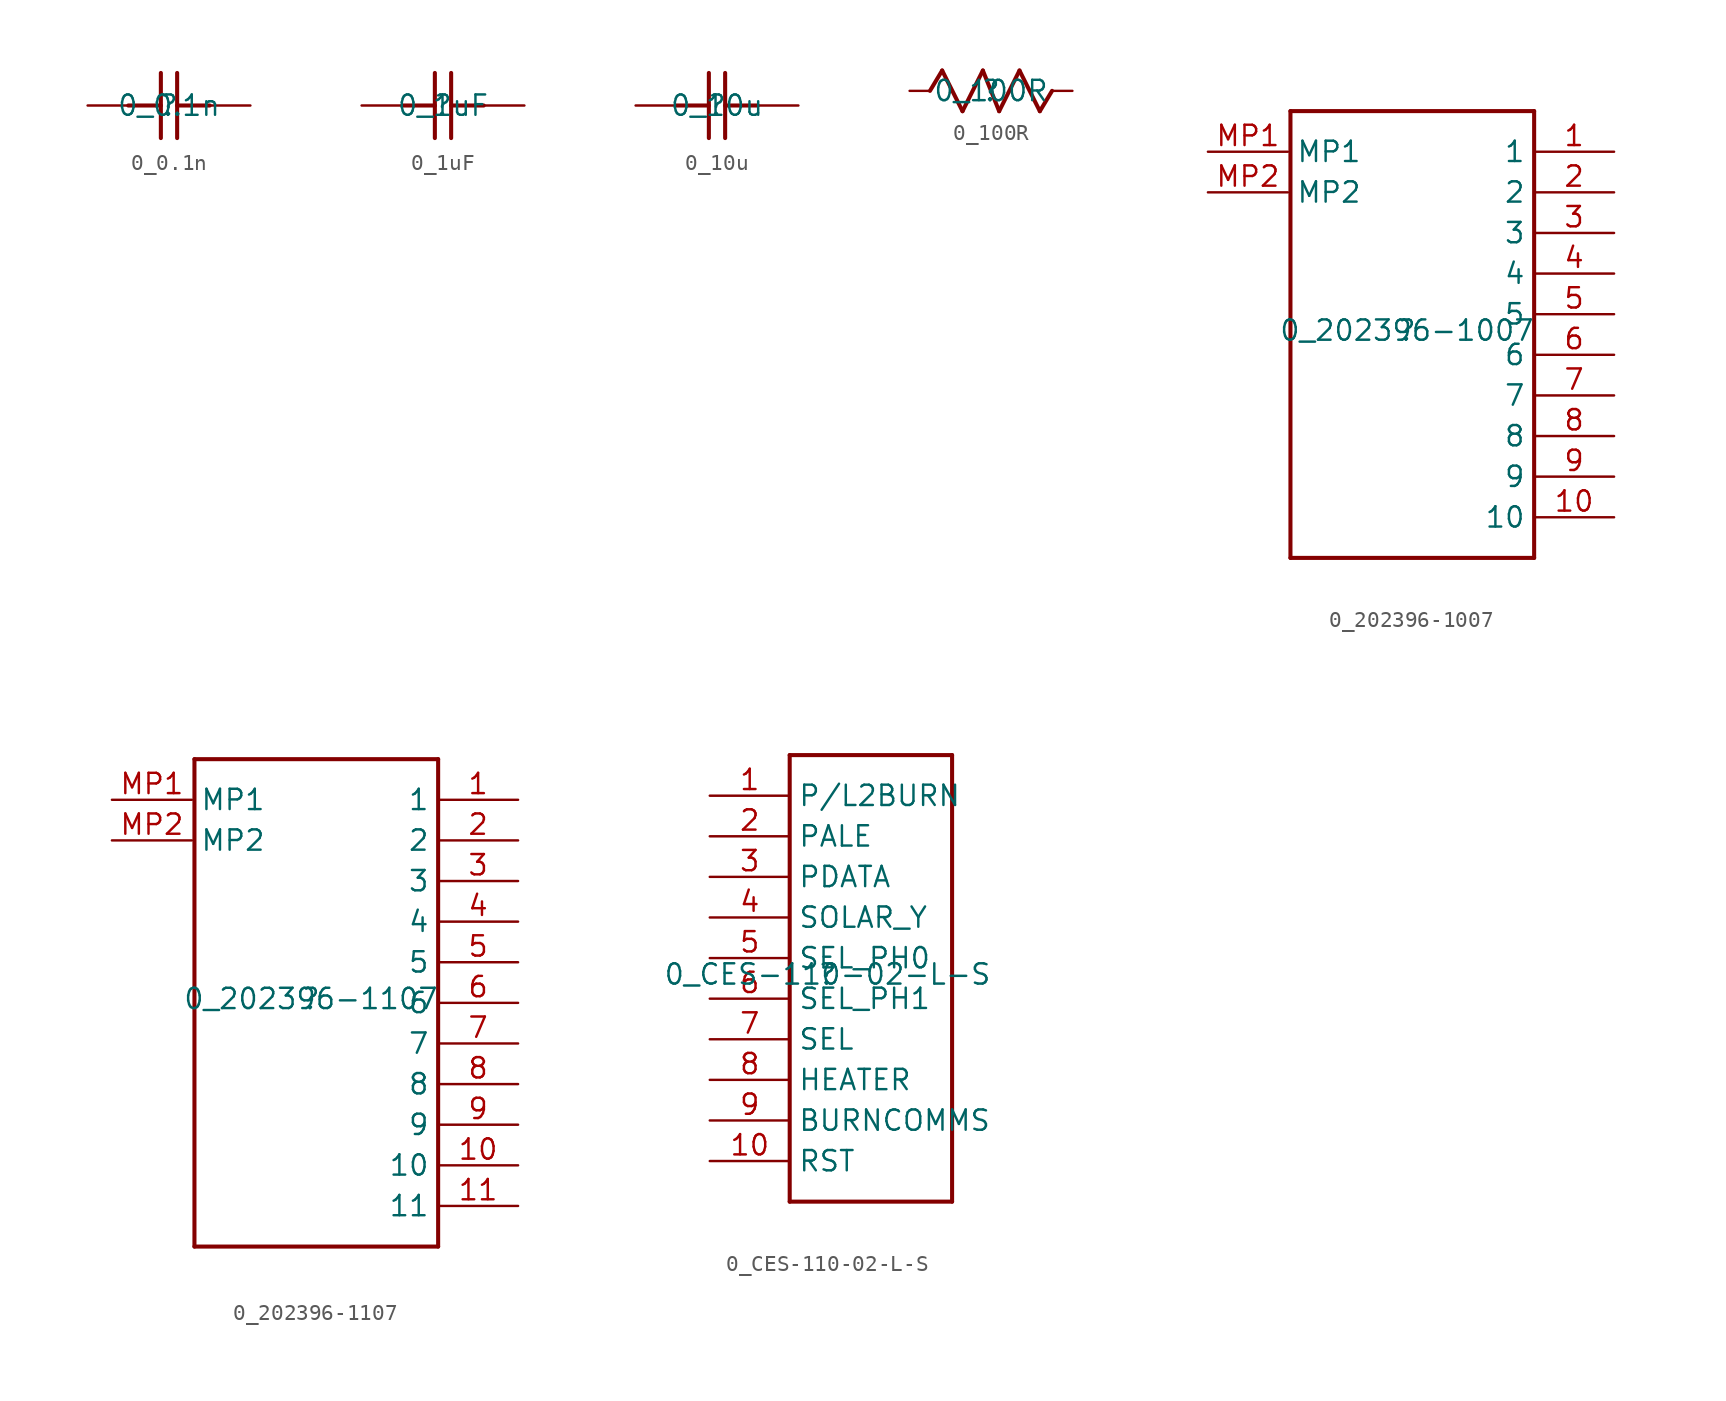
<source format=kicad_sym>
(kicad_symbol_lib
  (version 20211014)
  (generator kicad_symbol_editor)
  (symbol "0_0.1n"
    (property "Reference" ""
      (at 0 0 0)
      (effects (font (size 1.27 1.27))))
    (property "Value" "0_0.1n"
      (at 0 0 0)
      (effects (font (size 1.27 1.27))))
    (symbol "0_0.1n_1_0"
      (polyline (pts (xy -0.508 -2.032) (xy -0.508 2.032)) (stroke (width 0.254) (type default) (color 0 0 0 0)) (fill (type none)))
      (polyline (pts (xy -0.508 0) (xy -2.54 0)) (stroke (width 0.254) (type default) (color 0 0 0 0)) (fill (type none)))
      (polyline (pts (xy 0.508 2.032) (xy 0.508 -2.032)) (stroke (width 0.254) (type default) (color 0 0 0 0)) (fill (type none)))
      (polyline (pts (xy 2.54 0) (xy 0.508 0)) (stroke (width 0.254) (type default) (color 0 0 0 0)) (fill (type none)))
      (pin passive line (at -5.08 0 0) (length 2.54) (name "1" (effects (font (size 0 0)))) (number "1" (effects (font (size 0 0)))))
      (pin passive line (at 5.08 0 180) (length 2.54) (name "2" (effects (font (size 0 0)))) (number "2" (effects (font (size 0 0)))))))
  (symbol "0_1uF"
    (property "Reference" ""
      (at 0 0 0)
      (effects (font (size 1.27 1.27))))
    (property "Value" "0_1uF"
      (at 0 0 0)
      (effects (font (size 1.27 1.27))))
    (symbol "0_1uF_1_0"
      (polyline (pts (xy -0.508 -2.032) (xy -0.508 2.032)) (stroke (width 0.254) (type default) (color 0 0 0 0)) (fill (type none)))
      (polyline (pts (xy -0.508 0) (xy -2.54 0)) (stroke (width 0.254) (type default) (color 0 0 0 0)) (fill (type none)))
      (polyline (pts (xy 0.508 2.032) (xy 0.508 -2.032)) (stroke (width 0.254) (type default) (color 0 0 0 0)) (fill (type none)))
      (polyline (pts (xy 2.54 0) (xy 0.508 0)) (stroke (width 0.254) (type default) (color 0 0 0 0)) (fill (type none)))
      (pin passive line (at -5.08 0 0) (length 2.54) (name "1" (effects (font (size 0 0)))) (number "1" (effects (font (size 0 0)))))
      (pin passive line (at 5.08 0 180) (length 2.54) (name "2" (effects (font (size 0 0)))) (number "2" (effects (font (size 0 0)))))))
  (symbol "0_10u"
    (property "Reference" ""
      (at 0 0 0)
      (effects (font (size 1.27 1.27))))
    (property "Value" "0_10u"
      (at 0 0 0)
      (effects (font (size 1.27 1.27))))
    (symbol "0_10u_1_0"
      (polyline (pts (xy -0.508 -2.032) (xy -0.508 2.032)) (stroke (width 0.254) (type default) (color 0 0 0 0)) (fill (type none)))
      (polyline (pts (xy -0.508 0) (xy -2.54 0)) (stroke (width 0.254) (type default) (color 0 0 0 0)) (fill (type none)))
      (polyline (pts (xy 0.508 2.032) (xy 0.508 -2.032)) (stroke (width 0.254) (type default) (color 0 0 0 0)) (fill (type none)))
      (polyline (pts (xy 2.54 0) (xy 0.508 0)) (stroke (width 0.254) (type default) (color 0 0 0 0)) (fill (type none)))
      (pin passive line (at -5.08 0 0) (length 2.54) (name "1" (effects (font (size 0 0)))) (number "1" (effects (font (size 0 0)))))
      (pin passive line (at 5.08 0 180) (length 2.54) (name "2" (effects (font (size 0 0)))) (number "2" (effects (font (size 0 0)))))))
  (symbol "0_100R"
    (property "Reference" ""
      (at 0 0 0)
      (effects (font (size 1.27 1.27))))
    (property "Value" "0_100R"
      (at 0 0 0)
      (effects (font (size 1.27 1.27))))
    (symbol "0_100R_1_0"
      (polyline (pts (xy -3.048 1.27) (xy -3.81 0)) (stroke (width 0.254) (type default) (color 0 0 0 0)) (fill (type none)))
      (polyline (pts (xy -1.778 -1.27) (xy -3.048 1.27)) (stroke (width 0.254) (type default) (color 0 0 0 0)) (fill (type none)))
      (polyline (pts (xy -0.508 1.27) (xy -1.778 -1.27)) (stroke (width 0.254) (type default) (color 0 0 0 0)) (fill (type none)))
      (polyline (pts (xy 0.508 -1.27) (xy -0.508 1.27)) (stroke (width 0.254) (type default) (color 0 0 0 0)) (fill (type none)))
      (polyline (pts (xy 1.778 1.27) (xy 0.508 -1.27)) (stroke (width 0.254) (type default) (color 0 0 0 0)) (fill (type none)))
      (polyline (pts (xy 3.048 -1.27) (xy 1.778 1.27)) (stroke (width 0.254) (type default) (color 0 0 0 0)) (fill (type none)))
      (polyline (pts (xy 3.81 0) (xy 3.048 -1.27)) (stroke (width 0.254) (type default) (color 0 0 0 0)) (fill (type none)))
      (pin passive line (at -5.08 0 0) (length 1.27) (name "1" (effects (font (size 0 0)))) (number "1" (effects (font (size 0 0)))))
      (pin passive line (at 5.08 0 180) (length 1.27) (name "2" (effects (font (size 0 0)))) (number "2" (effects (font (size 0 0)))))))
  (symbol "0_202396-1007"
    (property "Reference" ""
      (at 0 0 0)
      (effects (font (size 1.27 1.27))))
    (property "Value" "0_202396-1007"
      (at 0 0 0)
      (effects (font (size 1.27 1.27))))
    (symbol "0_202396-1007_1_0"
      (polyline (pts (xy -7.285 13.716) (xy -7.285 -14.224)) (stroke (width 0.254) (type default) (color 0 0 0 0)) (fill (type none)))
      (polyline (pts (xy -7.285 13.716) (xy 7.955 13.716)) (stroke (width 0.254) (type default) (color 0 0 0 0)) (fill (type none)))
      (polyline (pts (xy 7.955 -14.224) (xy -7.285 -14.224)) (stroke (width 0.254) (type default) (color 0 0 0 0)) (fill (type none)))
      (polyline (pts (xy 7.955 -14.224) (xy 7.955 13.716)) (stroke (width 0.254) (type default) (color 0 0 0 0)) (fill (type none)))
      (pin passive line (at 12.954 11.176 180) (length 5) (name "1" (effects (font (size 1.27 1.27)))) (number "1" (effects (font (size 1.27 1.27)))))
      (pin passive line (at 12.954 -11.684 180) (length 5) (name "10" (effects (font (size 1.27 1.27)))) (number "10" (effects (font (size 1.27 1.27)))))
      (pin passive line (at 12.954 8.636 180) (length 5) (name "2" (effects (font (size 1.27 1.27)))) (number "2" (effects (font (size 1.27 1.27)))))
      (pin passive line (at 12.954 6.096 180) (length 5) (name "3" (effects (font (size 1.27 1.27)))) (number "3" (effects (font (size 1.27 1.27)))))
      (pin passive line (at 12.954 3.556 180) (length 5) (name "4" (effects (font (size 1.27 1.27)))) (number "4" (effects (font (size 1.27 1.27)))))
      (pin passive line (at 12.954 1.016 180) (length 5) (name "5" (effects (font (size 1.27 1.27)))) (number "5" (effects (font (size 1.27 1.27)))))
      (pin passive line (at 12.954 -1.524 180) (length 5) (name "6" (effects (font (size 1.27 1.27)))) (number "6" (effects (font (size 1.27 1.27)))))
      (pin passive line (at 12.954 -4.064 180) (length 5) (name "7" (effects (font (size 1.27 1.27)))) (number "7" (effects (font (size 1.27 1.27)))))
      (pin passive line (at 12.954 -6.604 180) (length 5) (name "8" (effects (font (size 1.27 1.27)))) (number "8" (effects (font (size 1.27 1.27)))))
      (pin passive line (at 12.954 -9.144 180) (length 5) (name "9" (effects (font (size 1.27 1.27)))) (number "9" (effects (font (size 1.27 1.27)))))
      (pin passive line (at -12.446 11.176 0) (length 5) (name "MP1" (effects (font (size 1.27 1.27)))) (number "MP1" (effects (font (size 1.27 1.27)))))
      (pin passive line (at -12.446 8.636 0) (length 5) (name "MP2" (effects (font (size 1.27 1.27)))) (number "MP2" (effects (font (size 1.27 1.27)))))))
  (symbol "0_202396-1107"
    (property "Reference" ""
      (at 0 0 0)
      (effects (font (size 1.27 1.27))))
    (property "Value" "0_202396-1107"
      (at 0 0 0)
      (effects (font (size 1.27 1.27))))
    (symbol "0_202396-1107_1_0"
      (polyline (pts (xy -7.285 14.986) (xy -7.285 -15.494)) (stroke (width 0.254) (type default) (color 0 0 0 0)) (fill (type none)))
      (polyline (pts (xy -7.285 14.986) (xy 7.955 14.986)) (stroke (width 0.254) (type default) (color 0 0 0 0)) (fill (type none)))
      (polyline (pts (xy 7.955 -15.494) (xy -7.285 -15.494)) (stroke (width 0.254) (type default) (color 0 0 0 0)) (fill (type none)))
      (polyline (pts (xy 7.955 -15.494) (xy 7.955 14.986)) (stroke (width 0.254) (type default) (color 0 0 0 0)) (fill (type none)))
      (pin passive line (at 12.954 12.446 180) (length 5) (name "1" (effects (font (size 1.27 1.27)))) (number "1" (effects (font (size 1.27 1.27)))))
      (pin passive line (at 12.954 -10.414 180) (length 5) (name "10" (effects (font (size 1.27 1.27)))) (number "10" (effects (font (size 1.27 1.27)))))
      (pin passive line (at 12.954 -12.954 180) (length 5) (name "11" (effects (font (size 1.27 1.27)))) (number "11" (effects (font (size 1.27 1.27)))))
      (pin passive line (at 12.954 9.906 180) (length 5) (name "2" (effects (font (size 1.27 1.27)))) (number "2" (effects (font (size 1.27 1.27)))))
      (pin passive line (at 12.954 7.366 180) (length 5) (name "3" (effects (font (size 1.27 1.27)))) (number "3" (effects (font (size 1.27 1.27)))))
      (pin passive line (at 12.954 4.826 180) (length 5) (name "4" (effects (font (size 1.27 1.27)))) (number "4" (effects (font (size 1.27 1.27)))))
      (pin passive line (at 12.954 2.286 180) (length 5) (name "5" (effects (font (size 1.27 1.27)))) (number "5" (effects (font (size 1.27 1.27)))))
      (pin passive line (at 12.954 -0.254 180) (length 5) (name "6" (effects (font (size 1.27 1.27)))) (number "6" (effects (font (size 1.27 1.27)))))
      (pin passive line (at 12.954 -2.794 180) (length 5) (name "7" (effects (font (size 1.27 1.27)))) (number "7" (effects (font (size 1.27 1.27)))))
      (pin passive line (at 12.954 -5.334 180) (length 5) (name "8" (effects (font (size 1.27 1.27)))) (number "8" (effects (font (size 1.27 1.27)))))
      (pin passive line (at 12.954 -7.874 180) (length 5) (name "9" (effects (font (size 1.27 1.27)))) (number "9" (effects (font (size 1.27 1.27)))))
      (pin passive line (at -12.446 12.446 0) (length 5) (name "MP1" (effects (font (size 1.27 1.27)))) (number "MP1" (effects (font (size 1.27 1.27)))))
      (pin passive line (at -12.446 9.906 0) (length 5) (name "MP2" (effects (font (size 1.27 1.27)))) (number "MP2" (effects (font (size 1.27 1.27)))))))
  (symbol "0_CES-110-02-L-S"
    (property "Reference" ""
      (at 0 0 0)
      (effects (font (size 1.27 1.27))))
    (property "Value" "0_CES-110-02-L-S"
      (at 0 0 0)
      (effects (font (size 1.27 1.27))))
    (symbol "0_CES-110-02-L-S_1_0"
      (polyline (pts (xy -2.365 13.716) (xy -2.365 -14.224)) (stroke (width 0.254) (type default) (color 0 0 0 0)) (fill (type none)))
      (polyline (pts (xy -2.365 13.716) (xy 7.795 13.716)) (stroke (width 0.254) (type default) (color 0 0 0 0)) (fill (type none)))
      (polyline (pts (xy 7.795 -14.224) (xy -2.365 -14.224)) (stroke (width 0.254) (type default) (color 0 0 0 0)) (fill (type none)))
      (polyline (pts (xy 7.795 -14.224) (xy 7.795 13.716)) (stroke (width 0.254) (type default) (color 0 0 0 0)) (fill (type none)))
      (pin passive line (at -7.366 11.176 0) (length 5) (name "P/L2BURN" (effects (font (size 1.27 1.27)))) (number "1" (effects (font (size 1.27 1.27)))))
      (pin passive line (at -7.366 -11.684 0) (length 5) (name "RST" (effects (font (size 1.27 1.27)))) (number "10" (effects (font (size 1.27 1.27)))))
      (pin passive line (at -7.366 8.636 0) (length 5) (name "PALE" (effects (font (size 1.27 1.27)))) (number "2" (effects (font (size 1.27 1.27)))))
      (pin passive line (at -7.366 6.096 0) (length 5) (name "PDATA" (effects (font (size 1.27 1.27)))) (number "3" (effects (font (size 1.27 1.27)))))
      (pin passive line (at -7.366 3.556 0) (length 5) (name "SOLAR_Y" (effects (font (size 1.27 1.27)))) (number "4" (effects (font (size 1.27 1.27)))))
      (pin passive line (at -7.366 1.016 0) (length 5) (name "SEL_PH0" (effects (font (size 1.27 1.27)))) (number "5" (effects (font (size 1.27 1.27)))))
      (pin passive line (at -7.366 -1.524 0) (length 5) (name "SEL_PH1" (effects (font (size 1.27 1.27)))) (number "6" (effects (font (size 1.27 1.27)))))
      (pin passive line (at -7.366 -4.064 0) (length 5) (name "SEL" (effects (font (size 1.27 1.27)))) (number "7" (effects (font (size 1.27 1.27)))))
      (pin passive line (at -7.366 -6.604 0) (length 5) (name "HEATER" (effects (font (size 1.27 1.27)))) (number "8" (effects (font (size 1.27 1.27)))))
      (pin passive line (at -7.366 -9.144 0) (length 5) (name "BURNCOMMS" (effects (font (size 1.27 1.27)))) (number "9" (effects (font (size 1.27 1.27))))))))
</source>
